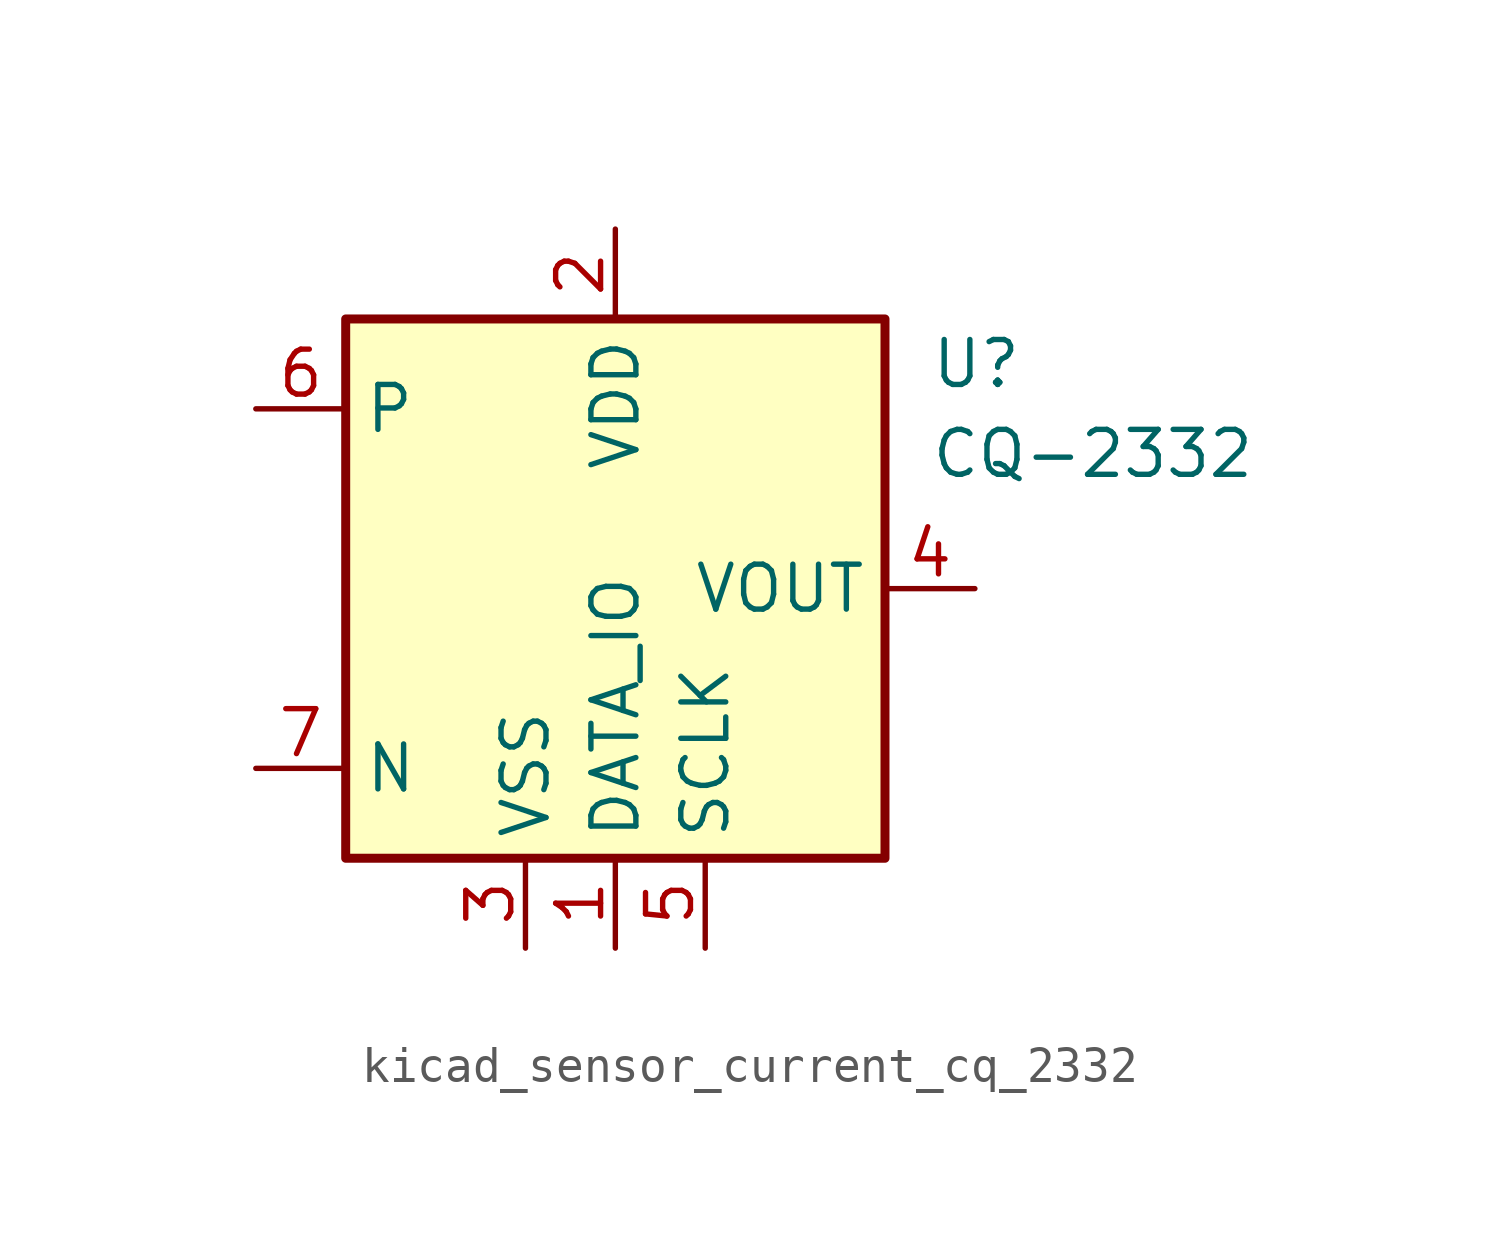
<source format=kicad_sym>
(kicad_symbol_lib
  (version 20220914)
  (generator kicad_symbol_editor)
  (symbol "kicad_sensor_current_cq_2332"
    (property "Reference" "U"
      (at 8.89 6.35 0)
      (effects (font (size 1.27 1.27)) (justify left)))
    (property "Value" "CQ-2332"
      (at 8.89 3.81 0)
      (effects (font (size 1.27 1.27)) (justify left)))
    (symbol "kicad_sensor_current_cq_2332_0_1"
      (rectangle (start -7.62 7.62) (end 7.62 -7.62) (stroke (width 0.254) (type default)) (fill (type background))))
    (symbol "kicad_sensor_current_cq_2332_1_1"
      (pin power_in line (at 0 -10.16 90) (length 2.54) (name "DATA_IO" (effects (font (size 1.27 1.27)))) (number "1" (effects (font (size 1.27 1.27)))))
      (pin power_in line (at 0 10.16 270) (length 2.54) (name "VDD" (effects (font (size 1.27 1.27)))) (number "2" (effects (font (size 1.27 1.27)))))
      (pin power_in line (at -2.54 -10.16 90) (length 2.54) (name "VSS" (effects (font (size 1.27 1.27)))) (number "3" (effects (font (size 1.27 1.27)))))
      (pin output line (at 10.16 0 180) (length 2.54) (name "VOUT" (effects (font (size 1.27 1.27)))) (number "4" (effects (font (size 1.27 1.27)))))
      (pin power_in line (at 2.54 -10.16 90) (length 2.54) (name "SCLK" (effects (font (size 1.27 1.27)))) (number "5" (effects (font (size 1.27 1.27)))))
      (pin passive line (at -10.16 5.08 0) (length 2.54) (name "P" (effects (font (size 1.27 1.27)))) (number "6" (effects (font (size 1.27 1.27)))))
      (pin passive line (at -10.16 -5.08 0) (length 2.54) (name "N" (effects (font (size 1.27 1.27)))) (number "7" (effects (font (size 1.27 1.27))))))))
</source>
